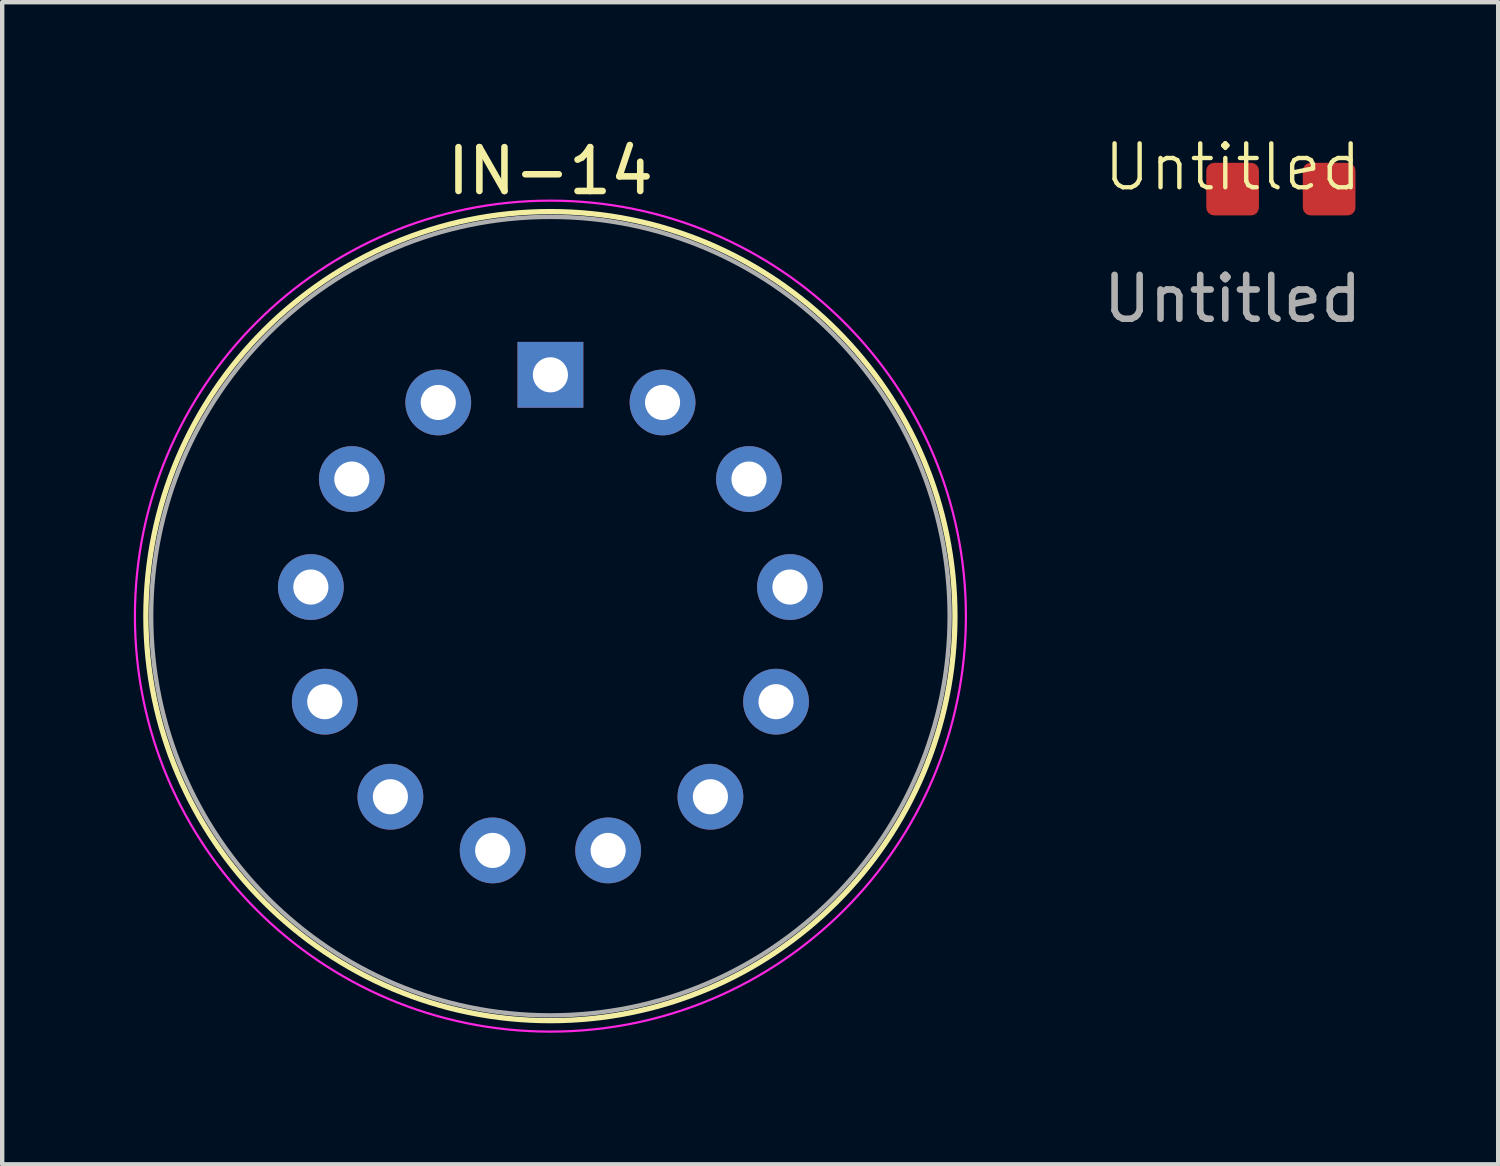
<source format=kicad_pcb>
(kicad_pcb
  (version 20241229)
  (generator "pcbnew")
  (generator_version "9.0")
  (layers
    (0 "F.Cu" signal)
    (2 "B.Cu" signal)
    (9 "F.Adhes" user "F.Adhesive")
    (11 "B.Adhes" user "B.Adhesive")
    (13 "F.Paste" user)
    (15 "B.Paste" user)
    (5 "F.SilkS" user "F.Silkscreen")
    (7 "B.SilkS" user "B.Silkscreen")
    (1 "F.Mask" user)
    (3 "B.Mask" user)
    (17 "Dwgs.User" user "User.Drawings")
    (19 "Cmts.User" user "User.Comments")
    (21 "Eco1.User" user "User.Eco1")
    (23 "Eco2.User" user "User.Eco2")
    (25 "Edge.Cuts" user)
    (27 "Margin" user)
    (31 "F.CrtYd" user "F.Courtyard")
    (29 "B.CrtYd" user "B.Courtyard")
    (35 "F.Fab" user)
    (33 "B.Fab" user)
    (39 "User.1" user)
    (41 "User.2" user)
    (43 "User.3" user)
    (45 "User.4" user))
  (footprint "Untitled"
    (layer "F.Cu")
    (at 25.044 1.26)
    (property "Reference" "Untitled" (at 0 -0.5 0) (unlocked yes) (layer "F.SilkS") (effects (font (size 1 1) (thickness 0.1))))
    (fp_text user "${REFERENCE}" (at 0 2.5 0) (unlocked yes) (layer "F.Fab") (effects (font (size 1 1) (thickness 0.15))))
    (pad "1" smd roundrect (at 0 0) (size 1.2 1.2) (layers "F.Cu" "F.Mask" "F.Paste") (roundrect_rratio 0.15))
    (pad "2" smd roundrect (at 2.2 0) (size 1.2 1.2) (layers "F.Cu" "F.Mask" "F.Paste") (roundrect_rratio 0.15)))
  (footprint "IN-14"
    (layer "F.Cu")
    (at 9.495 10.993)
    (property "Reference" "IN-14" (at 0 -10.145 0) (layer "F.SilkS") (effects (font (size 1 1) (thickness 0.15))))
    (fp_circle (center 0 0) (end 0 9.22) (stroke (width 0.12) (type default)) (fill no) (layer "F.SilkS"))
    (fp_circle (center 0 0) (end 0 9.47) (stroke (width 0.05) (type default)) (fill no) (layer "F.CrtYd"))
    (fp_circle (center 0 0) (end 0 9.1) (stroke (width 0.1) (type default)) (fill no) (layer "F.Fab"))
    (pad "1" thru_hole rect (at 0 -5.5) (size 1.5 1.5) (drill 0.8) (layers "*.Cu" "*.Mask"))
    (pad "2" thru_hole oval (at -2.556 -4.87) (size 1.5 1.5) (drill 0.8) (layers "*.Cu" "*.Mask"))
    (pad "3" thru_hole oval (at -4.526 -3.124) (size 1.5 1.5) (drill 0.8) (layers "*.Cu" "*.Mask"))
    (pad "4" thru_hole oval (at -5.46 -0.663) (size 1.5 1.5) (drill 0.8) (layers "*.Cu" "*.Mask"))
    (pad "5" thru_hole oval (at -5.143 1.95) (size 1.5 1.5) (drill 0.8) (layers "*.Cu" "*.Mask"))
    (pad "6" thru_hole oval (at -3.647 4.117) (size 1.5 1.5) (drill 0.8) (layers "*.Cu" "*.Mask"))
    (pad "7" thru_hole oval (at -1.316 5.34) (size 1.5 1.5) (drill 0.8) (layers "*.Cu" "*.Mask"))
    (pad "8" thru_hole oval (at 1.316 5.34) (size 1.5 1.5) (drill 0.8) (layers "*.Cu" "*.Mask"))
    (pad "9" thru_hole oval (at 3.647 4.117) (size 1.5 1.5) (drill 0.8) (layers "*.Cu" "*.Mask"))
    (pad "10" thru_hole oval (at 5.143 1.95) (size 1.5 1.5) (drill 0.8) (layers "*.Cu" "*.Mask"))
    (pad "11" thru_hole oval (at 5.46 -0.663) (size 1.5 1.5) (drill 0.8) (layers "*.Cu" "*.Mask"))
    (pad "12" thru_hole oval (at 4.526 -3.124) (size 1.5 1.5) (drill 0.8) (layers "*.Cu" "*.Mask"))
    (pad "13" thru_hole oval (at 2.556 -4.87) (size 1.5 1.5) (drill 0.8) (layers "*.Cu" "*.Mask")))
  (gr_rect
    (start -3 -3)
    (end 31.097 23.488)
    (stroke (width 0.1) (type default))
    (fill no)
    (layer "Edge.Cuts")))
</source>
